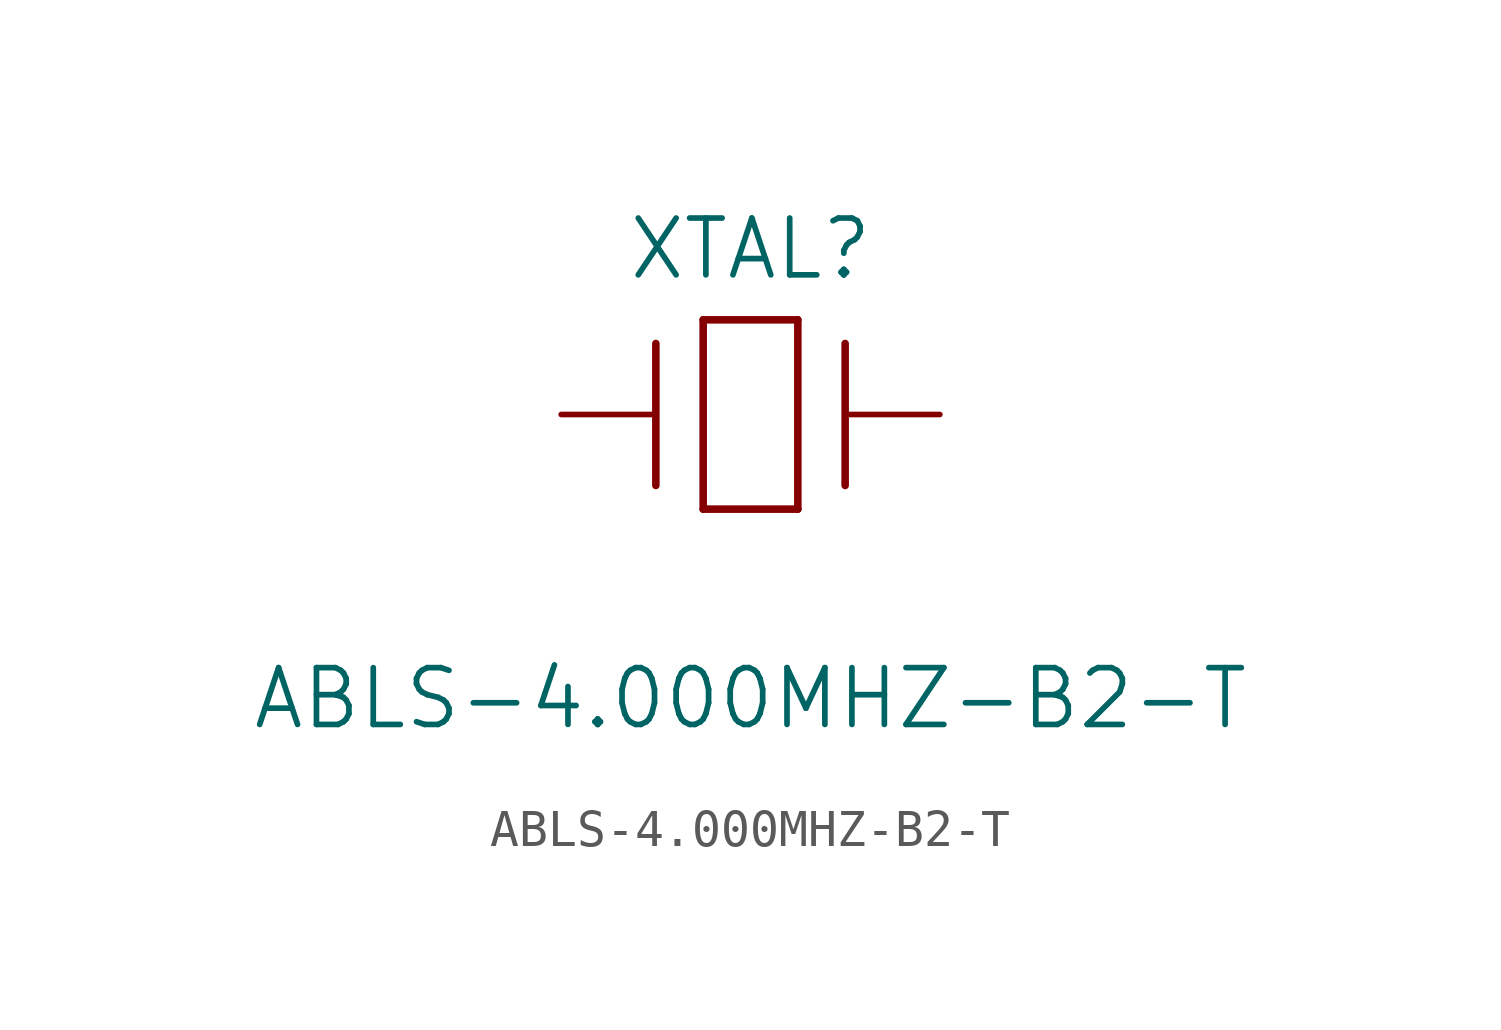
<source format=kicad_sym>
(kicad_symbol_lib
  (version 20211014)
  (generator kicad_symbol_editor)
  (symbol "ABLS-4.000MHZ-B2-T"
    (pin_numbers hide)
    (pin_names hide)
    (property "Reference" "XTAL"
      (at 5.08 4.445 0)
      (effects (font (size 1.524 1.524))))
    (property "Value" "ABLS-4.000MHZ-B2-T"
      (at 5.08 -7.62 0)
      (effects (font (size 1.524 1.524))))
    (property "Datasheet" ""
      (at 0 0 0)
      (effects (font (size 1.524 1.524))))
    (property "ki_locked" ""
      (at 0 0 0)
      (effects (font (size 1.27 1.27))))
    (symbol "ABLS-4.000MHZ-B2-T_1_1"
      (polyline (pts (xy 2.54 -1.905) (xy 2.54 1.905)) (stroke (width 0.203) (type default) (color 0 0 0 0)) (fill (type none)))
      (polyline (pts (xy 3.81 -2.54) (xy 3.81 2.54)) (stroke (width 0.203) (type default) (color 0 0 0 0)) (fill (type none)))
      (polyline (pts (xy 3.81 2.54) (xy 6.35 2.54)) (stroke (width 0.203) (type default) (color 0 0 0 0)) (fill (type none)))
      (polyline (pts (xy 6.35 -2.54) (xy 3.81 -2.54)) (stroke (width 0.203) (type default) (color 0 0 0 0)) (fill (type none)))
      (polyline (pts (xy 6.35 2.54) (xy 6.35 -2.54)) (stroke (width 0.203) (type default) (color 0 0 0 0)) (fill (type none)))
      (polyline (pts (xy 7.62 -1.905) (xy 7.62 1.905)) (stroke (width 0.203) (type default) (color 0 0 0 0)) (fill (type none)))
      (pin unspecified line (at 0 0 0) (length 2.54) (name "1" (effects (font (size 1.499 1.499)))) (number "1" (effects (font (size 1.499 1.499)))))
      (pin unspecified line (at 10.16 0 180) (length 2.54) (name "2" (effects (font (size 1.499 1.499)))) (number "2" (effects (font (size 1.499 1.499))))))))
</source>
